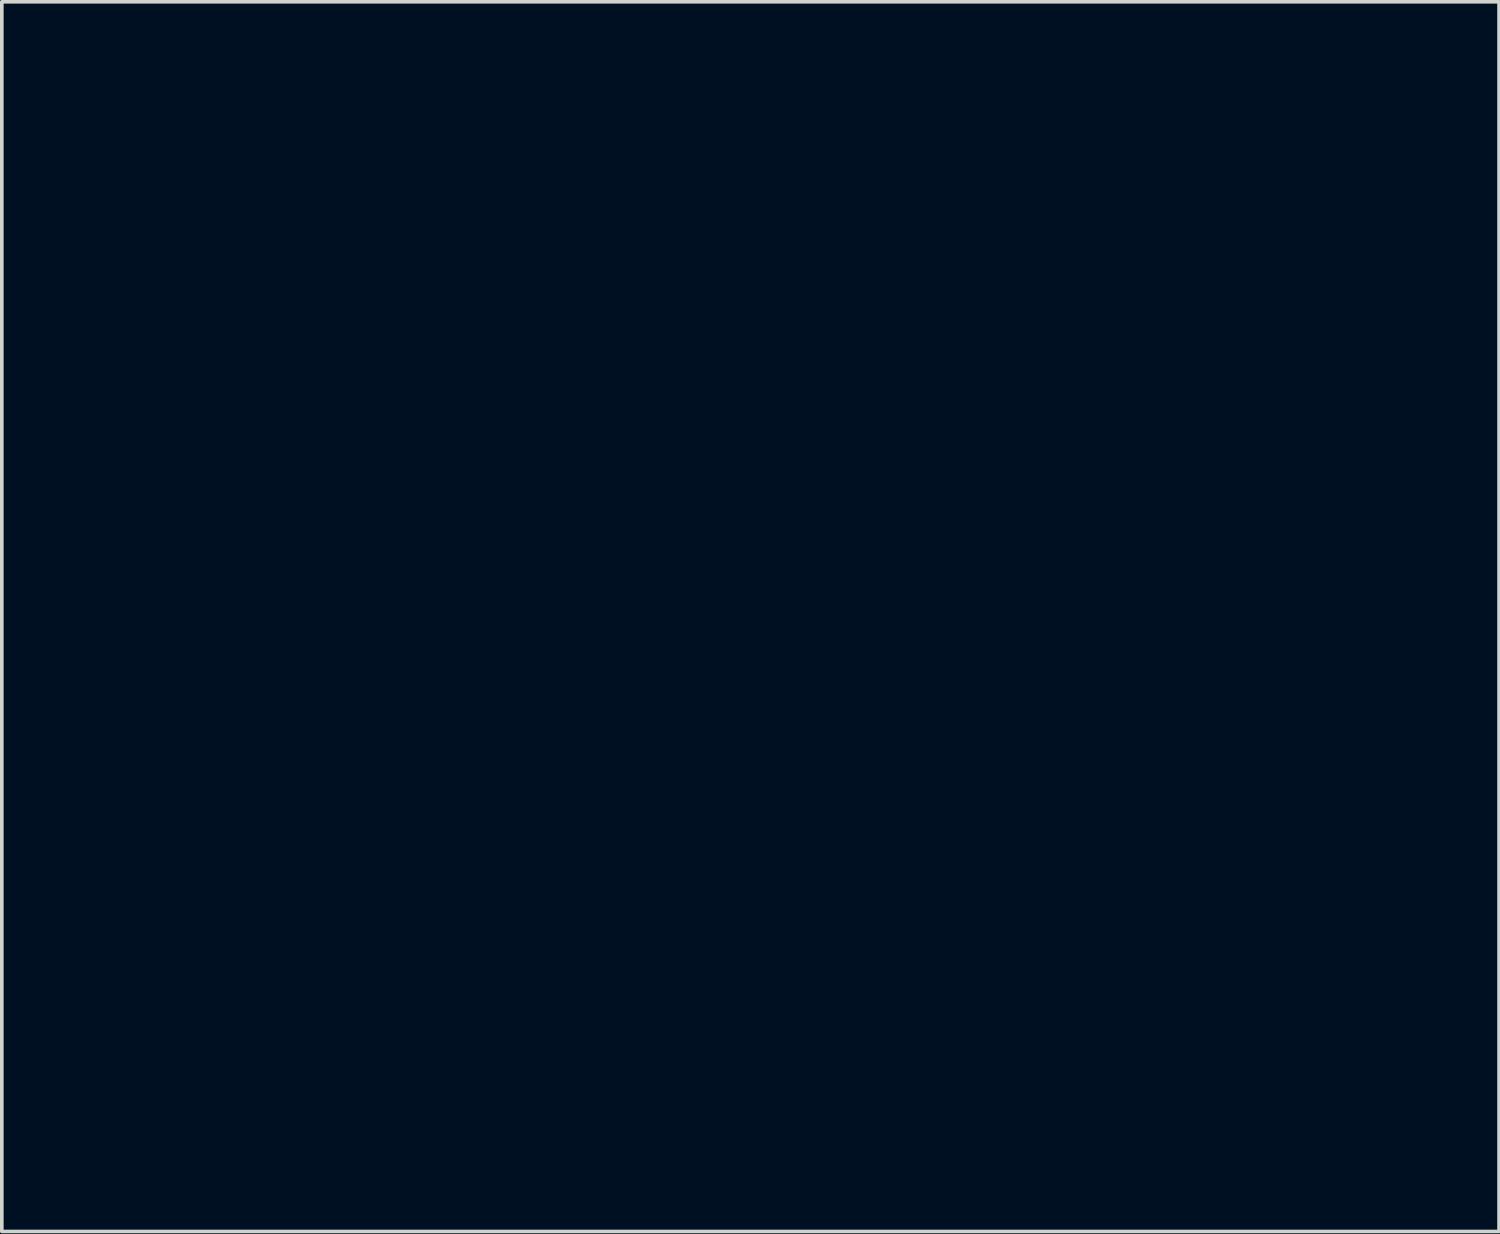
<source format=kicad_pcb>
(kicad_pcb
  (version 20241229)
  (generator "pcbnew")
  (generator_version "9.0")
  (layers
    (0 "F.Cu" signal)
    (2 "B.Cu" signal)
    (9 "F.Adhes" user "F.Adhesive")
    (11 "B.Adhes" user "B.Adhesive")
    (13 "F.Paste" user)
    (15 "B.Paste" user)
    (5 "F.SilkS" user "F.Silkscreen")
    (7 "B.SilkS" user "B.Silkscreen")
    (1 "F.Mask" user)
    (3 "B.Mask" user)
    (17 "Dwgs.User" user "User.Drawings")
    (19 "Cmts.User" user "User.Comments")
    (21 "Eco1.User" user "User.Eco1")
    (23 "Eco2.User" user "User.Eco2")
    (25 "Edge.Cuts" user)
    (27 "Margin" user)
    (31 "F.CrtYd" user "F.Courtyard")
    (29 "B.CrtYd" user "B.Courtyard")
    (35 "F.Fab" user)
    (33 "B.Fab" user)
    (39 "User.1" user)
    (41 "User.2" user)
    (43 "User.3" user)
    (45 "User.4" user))
  (footprint "mask"
    (layer "F.Cu")
    (at 17.575 13.903)
    (property "Reference" "mask" (at 0 0 0) (layer "F.Mask") (effects (font (size 1.524 1.524) (thickness 0.3))))
    (attr through_hole)
    (fp_poly (pts (xy -6.392 13.801) (xy -8.128 13.801) (xy -8.128 5.884) (xy -6.392 5.884) (xy -6.392 13.801)) (stroke (width 0.01) (type solid)) (fill yes) (layer "F.Mask"))
    (fp_poly (pts (xy -2.117 13.801) (xy -3.852 13.801) (xy -3.852 2.794) (xy -2.117 2.794) (xy -2.117 13.801)) (stroke (width 0.01) (type solid)) (fill yes) (layer "F.Mask"))
    (fp_poly (pts (xy -7.072 2.613) (xy -6.827 2.684) (xy -6.609 2.818) (xy -6.502 2.925) (xy -6.372 3.115) (xy -6.297 3.324) (xy -6.267 3.577) (xy -6.266 3.656) (xy -6.289 3.933) (xy -6.361 4.157) (xy -6.492 4.35) (xy -6.594 4.453) (xy -6.821 4.602) (xy -7.084 4.684) (xy -7.365 4.696) (xy -7.636 4.637) (xy -7.833 4.53) (xy -8.015 4.365) (xy -8.154 4.168) (xy -8.175 4.128) (xy -8.239 3.909) (xy -8.257 3.652) (xy -8.229 3.39) (xy -8.156 3.155) (xy -8.152 3.146) (xy -8.008 2.928) (xy -7.812 2.764) (xy -7.58 2.656) (xy -7.328 2.605) (xy -7.072 2.613)) (stroke (width 0.01) (type solid)) (fill yes) (layer "F.Mask"))
    (fp_poly (pts (xy 1.048 11.97) (xy 1.186 12.007) (xy 1.333 12.084) (xy 1.338 12.087) (xy 1.537 12.254) (xy 1.676 12.466) (xy 1.758 12.707) (xy 1.781 12.963) (xy 1.746 13.217) (xy 1.655 13.456) (xy 1.508 13.663) (xy 1.306 13.824) (xy 1.268 13.844) (xy 1.091 13.901) (xy 0.872 13.925) (xy 0.647 13.916) (xy 0.452 13.872) (xy 0.424 13.86) (xy 0.208 13.724) (xy 0.044 13.534) (xy -0.066 13.307) (xy -0.12 13.056) (xy -0.115 12.798) (xy -0.05 12.548) (xy 0.078 12.32) (xy 0.19 12.197) (xy 0.332 12.08) (xy 0.468 12.008) (xy 0.624 11.971) (xy 0.831 11.96) (xy 0.872 11.96) (xy 1.048 11.97)) (stroke (width 0.01) (type solid)) (fill yes) (layer "F.Mask"))
    (fp_poly (pts (xy -7.239 -12.688) (xy -7.24 -11.536) (xy -7.673 -11.398) (xy -8.176 -11.196) (xy -8.628 -10.926) (xy -9.029 -10.592) (xy -9.375 -10.196) (xy -9.666 -9.739) (xy -9.901 -9.224) (xy -10.076 -8.654) (xy -10.192 -8.03) (xy -10.198 -7.98) (xy -10.243 -7.328) (xy -10.217 -6.702) (xy -10.121 -6.106) (xy -9.957 -5.547) (xy -9.727 -5.031) (xy -9.432 -4.561) (xy -9.152 -4.225) (xy -8.804 -3.893) (xy -8.445 -3.63) (xy -8.052 -3.42) (xy -7.62 -3.256) (xy -7.26 -3.14) (xy -7.249 -1.93) (xy -7.246 -1.578) (xy -7.245 -1.301) (xy -7.245 -1.091) (xy -7.249 -0.939) (xy -7.255 -0.835) (xy -7.265 -0.771) (xy -7.279 -0.737) (xy -7.298 -0.724) (xy -7.312 -0.723) (xy -7.385 -0.732) (xy -7.518 -0.756) (xy -7.688 -0.789) (xy -7.789 -0.81) (xy -8.476 -0.996) (xy -9.129 -1.257) (xy -9.743 -1.59) (xy -10.313 -1.989) (xy -10.835 -2.45) (xy -11.305 -2.969) (xy -11.717 -3.543) (xy -12.067 -4.166) (xy -12.35 -4.835) (xy -12.404 -4.99) (xy -12.61 -5.734) (xy -12.735 -6.484) (xy -12.779 -7.247) (xy -12.742 -8.027) (xy -12.658 -8.656) (xy -12.493 -9.383) (xy -12.257 -10.067) (xy -11.952 -10.704) (xy -11.582 -11.293) (xy -11.148 -11.831) (xy -10.654 -12.314) (xy -10.104 -12.74) (xy -9.499 -13.106) (xy -8.843 -13.409) (xy -8.139 -13.647) (xy -7.389 -13.815) (xy -7.377 -13.817) (xy -7.239 -13.841) (xy -7.239 -12.688)) (stroke (width 0.01) (type solid)) (fill yes) (layer "F.Mask"))
    (fp_poly (pts (xy 6.324 -13.825) (xy 6.538 -13.78) (xy 6.792 -13.714) (xy 7.069 -13.632) (xy 7.35 -13.539) (xy 7.616 -13.441) (xy 7.849 -13.344) (xy 7.962 -13.291) (xy 8.363 -13.06) (xy 8.776 -12.769) (xy 9.181 -12.436) (xy 9.561 -12.077) (xy 9.896 -11.708) (xy 10.168 -11.345) (xy 10.545 -10.7) (xy 10.851 -10.013) (xy 11.083 -9.292) (xy 11.22 -8.657) (xy 11.251 -8.46) (xy 11.274 -8.285) (xy 11.289 -8.114) (xy 11.297 -7.929) (xy 11.299 -7.711) (xy 11.296 -7.441) (xy 11.291 -7.176) (xy 11.277 -6.757) (xy 11.255 -6.403) (xy 11.223 -6.093) (xy 11.175 -5.806) (xy 11.11 -5.522) (xy 11.024 -5.22) (xy 10.939 -4.954) (xy 10.669 -4.272) (xy 10.332 -3.637) (xy 9.932 -3.054) (xy 9.472 -2.524) (xy 8.958 -2.054) (xy 8.392 -1.645) (xy 7.78 -1.303) (xy 7.125 -1.031) (xy 6.57 -0.865) (xy 6.393 -0.822) (xy 6.248 -0.788) (xy 6.153 -0.767) (xy 6.127 -0.763) (xy 6.119 -0.803) (xy 6.113 -0.917) (xy 6.108 -1.095) (xy 6.105 -1.325) (xy 6.104 -1.597) (xy 6.105 -1.9) (xy 6.106 -1.949) (xy 6.117 -3.136) (xy 6.467 -3.277) (xy 6.93 -3.503) (xy 7.339 -3.786) (xy 7.698 -4.133) (xy 8.015 -4.548) (xy 8.216 -4.885) (xy 8.458 -5.41) (xy 8.631 -5.961) (xy 8.736 -6.548) (xy 8.776 -7.181) (xy 8.776 -7.281) (xy 8.743 -7.936) (xy 8.645 -8.548) (xy 8.485 -9.116) (xy 8.266 -9.635) (xy 7.988 -10.101) (xy 7.654 -10.51) (xy 7.266 -10.86) (xy 6.826 -11.145) (xy 6.773 -11.172) (xy 6.599 -11.258) (xy 6.429 -11.333) (xy 6.294 -11.385) (xy 6.276 -11.39) (xy 6.096 -11.443) (xy 6.096 -12.643) (xy 6.096 -12.994) (xy 6.098 -13.269) (xy 6.1 -13.478) (xy 6.105 -13.629) (xy 6.113 -13.732) (xy 6.124 -13.795) (xy 6.139 -13.829) (xy 6.158 -13.841) (xy 6.17 -13.842) (xy 6.324 -13.825)) (stroke (width 0.01) (type solid)) (fill yes) (layer "F.Mask"))
    (fp_poly (pts (xy -17.266 3.278) (xy -16.884 3.342) (xy -16.52 3.46) (xy -16.17 3.634) (xy -15.83 3.868) (xy -15.496 4.166) (xy -15.165 4.532) (xy -14.832 4.969) (xy -14.493 5.481) (xy -14.145 6.071) (xy -14.01 6.317) (xy -13.742 6.811) (xy -13.492 6.34) (xy -13.134 5.703) (xy -12.781 5.146) (xy -12.43 4.668) (xy -12.076 4.266) (xy -11.717 3.936) (xy -11.349 3.675) (xy -10.97 3.48) (xy -10.576 3.348) (xy -10.187 3.28) (xy -9.906 3.25) (xy -9.906 5.198) (xy -10.165 5.244) (xy -10.413 5.304) (xy -10.634 5.397) (xy -10.849 5.536) (xy -11.082 5.734) (xy -11.125 5.774) (xy -11.352 6.015) (xy -11.588 6.315) (xy -11.836 6.677) (xy -12.098 7.109) (xy -12.38 7.616) (xy -12.46 7.767) (xy -12.861 8.528) (xy -12.732 8.783) (xy -12.665 8.913) (xy -12.567 9.096) (xy -12.451 9.311) (xy -12.328 9.535) (xy -12.286 9.61) (xy -11.966 10.16) (xy -11.661 10.629) (xy -11.369 11.021) (xy -11.089 11.336) (xy -10.818 11.579) (xy -10.553 11.751) (xy -10.292 11.854) (xy -10.114 11.886) (xy -9.906 11.906) (xy -9.906 13.929) (xy -10.065 13.909) (xy -10.207 13.892) (xy -10.376 13.872) (xy -10.435 13.866) (xy -10.834 13.779) (xy -11.232 13.609) (xy -11.627 13.355) (xy -12.02 13.019) (xy -12.409 12.6) (xy -12.794 12.1) (xy -13.175 11.519) (xy -13.527 10.901) (xy -13.618 10.732) (xy -13.7 10.585) (xy -13.759 10.48) (xy -13.781 10.445) (xy -13.804 10.425) (xy -13.835 10.437) (xy -13.879 10.489) (xy -13.944 10.59) (xy -14.035 10.748) (xy -14.158 10.973) (xy -14.158 10.974) (xy -14.433 11.464) (xy -14.689 11.885) (xy -14.936 12.249) (xy -15.182 12.569) (xy -15.434 12.855) (xy -15.553 12.978) (xy -15.747 13.167) (xy -15.905 13.307) (xy -16.046 13.415) (xy -16.192 13.504) (xy -16.341 13.582) (xy -16.802 13.77) (xy -17.263 13.882) (xy -17.389 13.899) (xy -17.57 13.92) (xy -17.559 12.919) (xy -17.547 11.918) (xy -17.353 11.89) (xy -17.14 11.838) (xy -16.933 11.739) (xy -16.718 11.583) (xy -16.479 11.362) (xy -16.467 11.35) (xy -16.271 11.138) (xy -16.076 10.897) (xy -15.877 10.618) (xy -15.669 10.293) (xy -15.446 9.915) (xy -15.203 9.474) (xy -14.947 8.988) (xy -14.768 8.641) (xy -15.132 7.925) (xy -15.462 7.308) (xy -15.783 6.775) (xy -16.096 6.323) (xy -16.4 5.952) (xy -16.698 5.661) (xy -16.989 5.449) (xy -17.276 5.315) (xy -17.32 5.301) (xy -17.568 5.228) (xy -17.568 4.238) (xy -17.568 3.249) (xy -17.266 3.278)) (stroke (width 0.01) (type solid)) (fill yes) (layer "F.Mask"))
    (fp_poly (pts (xy 14.294 5.868) (xy 14.549 5.876) (xy 14.75 5.89) (xy 14.913 5.912) (xy 15.043 5.939) (xy 15.567 6.106) (xy 16.026 6.326) (xy 16.424 6.604) (xy 16.764 6.94) (xy 17.048 7.336) (xy 17.19 7.599) (xy 17.309 7.855) (xy 17.402 8.089) (xy 17.472 8.318) (xy 17.523 8.558) (xy 17.559 8.828) (xy 17.582 9.143) (xy 17.597 9.521) (xy 17.599 9.641) (xy 17.619 10.541) (xy 11.678 10.541) (xy 11.708 10.636) (xy 11.84 11.006) (xy 11.998 11.315) (xy 12.194 11.587) (xy 12.36 11.767) (xy 12.686 12.034) (xy 13.06 12.236) (xy 13.475 12.37) (xy 13.92 12.433) (xy 14.263 12.432) (xy 14.773 12.366) (xy 15.237 12.231) (xy 15.664 12.024) (xy 16.054 11.749) (xy 16.329 11.522) (xy 16.779 12.002) (xy 16.934 12.17) (xy 17.066 12.317) (xy 17.165 12.432) (xy 17.221 12.504) (xy 17.23 12.522) (xy 17.201 12.569) (xy 17.125 12.653) (xy 17.029 12.748) (xy 16.582 13.105) (xy 16.085 13.397) (xy 15.546 13.621) (xy 14.971 13.776) (xy 14.367 13.86) (xy 13.739 13.87) (xy 13.337 13.838) (xy 12.764 13.733) (xy 12.23 13.558) (xy 11.739 13.317) (xy 11.297 13.013) (xy 10.907 12.651) (xy 10.577 12.234) (xy 10.31 11.767) (xy 10.126 11.303) (xy 10.052 11.054) (xy 9.998 10.832) (xy 9.962 10.614) (xy 9.941 10.376) (xy 9.932 10.096) (xy 9.932 9.821) (xy 9.935 9.544) (xy 9.942 9.329) (xy 9.954 9.171) (xy 11.657 9.171) (xy 11.668 9.185) (xy 11.7 9.196) (xy 11.757 9.205) (xy 11.848 9.213) (xy 11.977 9.218) (xy 12.153 9.222) (xy 12.381 9.225) (xy 12.669 9.227) (xy 13.022 9.228) (xy 13.448 9.229) (xy 13.861 9.229) (xy 16.087 9.229) (xy 16.087 9.118) (xy 16.076 9.018) (xy 16.049 8.873) (xy 16.02 8.751) (xy 15.878 8.356) (xy 15.672 8.017) (xy 15.406 7.736) (xy 15.08 7.514) (xy 14.699 7.356) (xy 14.587 7.324) (xy 14.14 7.248) (xy 13.706 7.249) (xy 13.292 7.321) (xy 12.907 7.463) (xy 12.559 7.671) (xy 12.256 7.942) (xy 12.006 8.272) (xy 11.931 8.403) (xy 11.848 8.576) (xy 11.776 8.748) (xy 11.729 8.885) (xy 11.728 8.89) (xy 11.693 9.022) (xy 11.665 9.129) (xy 11.657 9.155) (xy 11.657 9.171) (xy 9.954 9.171) (xy 9.956 9.155) (xy 9.978 9.001) (xy 10.011 8.845) (xy 10.048 8.7) (xy 10.234 8.149) (xy 10.486 7.649) (xy 10.801 7.202) (xy 11.177 6.813) (xy 11.611 6.483) (xy 12.002 6.262) (xy 12.295 6.128) (xy 12.564 6.026) (xy 12.827 5.953) (xy 13.107 5.904) (xy 13.421 5.877) (xy 13.791 5.865) (xy 13.97 5.865) (xy 14.294 5.868)) (stroke (width 0.01) (type solid)) (fill yes) (layer "F.Mask"))
    (fp_poly (pts (xy 6.34 5.824) (xy 6.855 5.875) (xy 7.369 5.978) (xy 7.869 6.132) (xy 8.276 6.305) (xy 8.49 6.406) (xy 8.645 6.484) (xy 8.744 6.552) (xy 8.792 6.625) (xy 8.792 6.717) (xy 8.748 6.843) (xy 8.664 7.018) (xy 8.543 7.255) (xy 8.533 7.276) (xy 8.425 7.487) (xy 8.329 7.667) (xy 8.251 7.805) (xy 8.199 7.888) (xy 8.179 7.907) (xy 7.843 7.74) (xy 7.51 7.59) (xy 7.204 7.465) (xy 6.964 7.383) (xy 6.794 7.334) (xy 6.644 7.301) (xy 6.49 7.28) (xy 6.308 7.269) (xy 6.073 7.264) (xy 5.99 7.264) (xy 5.748 7.263) (xy 5.574 7.268) (xy 5.449 7.278) (xy 5.356 7.297) (xy 5.278 7.326) (xy 5.223 7.354) (xy 5.008 7.505) (xy 4.867 7.686) (xy 4.804 7.89) (xy 4.82 8.11) (xy 4.861 8.228) (xy 4.918 8.334) (xy 4.992 8.428) (xy 5.095 8.516) (xy 5.233 8.602) (xy 5.416 8.691) (xy 5.652 8.788) (xy 5.951 8.896) (xy 6.321 9.021) (xy 6.413 9.052) (xy 6.804 9.182) (xy 7.124 9.294) (xy 7.386 9.392) (xy 7.602 9.483) (xy 7.783 9.57) (xy 7.94 9.659) (xy 8.086 9.756) (xy 8.169 9.817) (xy 8.473 10.093) (xy 8.705 10.412) (xy 8.865 10.774) (xy 8.954 11.182) (xy 8.974 11.533) (xy 8.935 11.956) (xy 8.821 12.344) (xy 8.638 12.695) (xy 8.389 13.005) (xy 8.079 13.273) (xy 7.712 13.495) (xy 7.293 13.668) (xy 6.826 13.79) (xy 6.315 13.858) (xy 5.764 13.87) (xy 5.326 13.84) (xy 4.805 13.756) (xy 4.286 13.618) (xy 3.794 13.434) (xy 3.352 13.212) (xy 3.244 13.146) (xy 3.026 13.003) (xy 2.876 12.895) (xy 2.787 12.814) (xy 2.753 12.755) (xy 2.752 12.746) (xy 2.77 12.693) (xy 2.82 12.58) (xy 2.895 12.419) (xy 2.99 12.225) (xy 3.049 12.105) (xy 3.179 11.854) (xy 3.278 11.677) (xy 3.348 11.574) (xy 3.392 11.54) (xy 3.398 11.542) (xy 3.462 11.586) (xy 3.561 11.659) (xy 3.598 11.688) (xy 3.912 11.9) (xy 4.268 12.083) (xy 4.653 12.235) (xy 5.053 12.354) (xy 5.455 12.436) (xy 5.844 12.478) (xy 6.207 12.479) (xy 6.529 12.434) (xy 6.79 12.344) (xy 6.998 12.22) (xy 7.137 12.079) (xy 7.224 11.902) (xy 7.241 11.847) (xy 7.264 11.611) (xy 7.204 11.382) (xy 7.109 11.221) (xy 6.982 11.092) (xy 6.785 10.961) (xy 6.514 10.827) (xy 6.166 10.688) (xy 5.739 10.542) (xy 5.588 10.495) (xy 5.175 10.363) (xy 4.832 10.243) (xy 4.547 10.129) (xy 4.307 10.014) (xy 4.101 9.895) (xy 3.917 9.767) (xy 3.635 9.517) (xy 3.421 9.237) (xy 3.257 8.906) (xy 3.254 8.9) (xy 3.199 8.695) (xy 3.164 8.434) (xy 3.152 8.145) (xy 3.161 7.853) (xy 3.192 7.587) (xy 3.245 7.371) (xy 3.248 7.362) (xy 3.411 7.013) (xy 3.629 6.71) (xy 3.775 6.558) (xy 4.088 6.315) (xy 4.46 6.119) (xy 4.882 5.971) (xy 5.342 5.872) (xy 5.832 5.823) (xy 6.34 5.824)) (stroke (width 0.01) (type solid)) (fill yes) (layer "F.Mask"))
    (fp_poly (pts (xy 5.249 -12.753) (xy 5.249 -12.404) (xy 5.248 -12.13) (xy 5.244 -11.922) (xy 5.235 -11.772) (xy 5.218 -11.669) (xy 5.192 -11.606) (xy 5.155 -11.572) (xy 5.105 -11.559) (xy 5.039 -11.557) (xy 4.984 -11.557) (xy 4.805 -11.537) (xy 4.578 -11.482) (xy 4.329 -11.401) (xy 4.084 -11.302) (xy 3.877 -11.198) (xy 3.585 -11.014) (xy 3.297 -10.797) (xy 3.009 -10.54) (xy 2.715 -10.238) (xy 2.41 -9.885) (xy 2.089 -9.476) (xy 1.748 -9.004) (xy 1.381 -8.465) (xy 1.107 -8.046) (xy 0.669 -7.365) (xy 0.98 -6.869) (xy 1.435 -6.166) (xy 1.87 -5.542) (xy 2.286 -4.994) (xy 2.688 -4.52) (xy 3.076 -4.118) (xy 3.454 -3.784) (xy 3.825 -3.516) (xy 4.189 -3.312) (xy 4.552 -3.169) (xy 4.682 -3.131) (xy 4.855 -3.091) (xy 5.01 -3.062) (xy 5.119 -3.048) (xy 5.129 -3.048) (xy 5.249 -3.048) (xy 5.249 -0.665) (xy 4.85 -0.693) (xy 4.341 -0.757) (xy 3.847 -0.879) (xy 3.365 -1.061) (xy 2.892 -1.306) (xy 2.425 -1.617) (xy 1.959 -1.996) (xy 1.491 -2.446) (xy 1.018 -2.97) (xy 0.537 -3.57) (xy 0.043 -4.25) (xy -0.177 -4.572) (xy -0.322 -4.786) (xy -0.451 -4.974) (xy -0.558 -5.126) (xy -0.633 -5.231) (xy -0.671 -5.278) (xy -0.673 -5.279) (xy -0.702 -5.248) (xy -0.771 -5.156) (xy -0.871 -5.012) (xy -0.997 -4.827) (xy -1.141 -4.611) (xy -1.216 -4.496) (xy -1.678 -3.816) (xy -2.123 -3.213) (xy -2.557 -2.686) (xy -2.985 -2.228) (xy -3.41 -1.838) (xy -3.838 -1.511) (xy -4.275 -1.243) (xy -4.724 -1.031) (xy -5.19 -0.871) (xy -5.679 -0.758) (xy -6.085 -0.701) (xy -6.35 -0.673) (xy -6.35 -3.029) (xy -6.022 -3.081) (xy -5.617 -3.186) (xy -5.207 -3.374) (xy -4.792 -3.645) (xy -4.372 -3.998) (xy -3.945 -4.436) (xy -3.512 -4.957) (xy -3.437 -5.054) (xy -3.327 -5.204) (xy -3.192 -5.394) (xy -3.038 -5.614) (xy -2.874 -5.853) (xy -2.705 -6.101) (xy -2.54 -6.348) (xy -2.384 -6.583) (xy -2.245 -6.796) (xy -2.129 -6.976) (xy -2.044 -7.114) (xy -1.997 -7.198) (xy -1.99 -7.218) (xy -2.013 -7.274) (xy -2.077 -7.389) (xy -2.175 -7.553) (xy -2.301 -7.753) (xy -2.447 -7.981) (xy -2.607 -8.225) (xy -2.772 -8.475) (xy -2.938 -8.719) (xy -3.096 -8.948) (xy -3.239 -9.15) (xy -3.341 -9.288) (xy -3.784 -9.845) (xy -4.217 -10.32) (xy -4.642 -10.715) (xy -5.061 -11.033) (xy -5.478 -11.277) (xy -5.894 -11.447) (xy -6.067 -11.496) (xy -6.35 -11.567) (xy -6.35 -13.885) (xy -6.144 -13.885) (xy -5.817 -13.862) (xy -5.445 -13.796) (xy -5.055 -13.694) (xy -4.671 -13.563) (xy -4.385 -13.441) (xy -3.932 -13.187) (xy -3.467 -12.851) (xy -2.991 -12.434) (xy -2.506 -11.936) (xy -2.013 -11.358) (xy -1.512 -10.702) (xy -1.005 -9.969) (xy -0.908 -9.822) (xy -0.768 -9.609) (xy -0.666 -9.459) (xy -0.594 -9.364) (xy -0.545 -9.317) (xy -0.513 -9.308) (xy -0.491 -9.329) (xy -0.36 -9.539) (xy -0.192 -9.799) (xy 0.001 -10.088) (xy 0.204 -10.388) (xy 0.405 -10.678) (xy 0.59 -10.941) (xy 0.747 -11.156) (xy 0.773 -11.19) (xy 1.045 -11.53) (xy 1.347 -11.873) (xy 1.663 -12.205) (xy 1.977 -12.509) (xy 2.273 -12.769) (xy 2.453 -12.91) (xy 2.925 -13.216) (xy 3.434 -13.472) (xy 3.963 -13.673) (xy 4.492 -13.81) (xy 4.913 -13.869) (xy 5.249 -13.898) (xy 5.249 -12.753)) (stroke (width 0.01) (type solid)) (fill yes) (layer "F.Mask")))
  (gr_rect
    (start -3 -3)
    (end 38.199 30.836)
    (stroke (width 0.1) (type default))
    (fill no)
    (layer "Edge.Cuts")))
</source>
